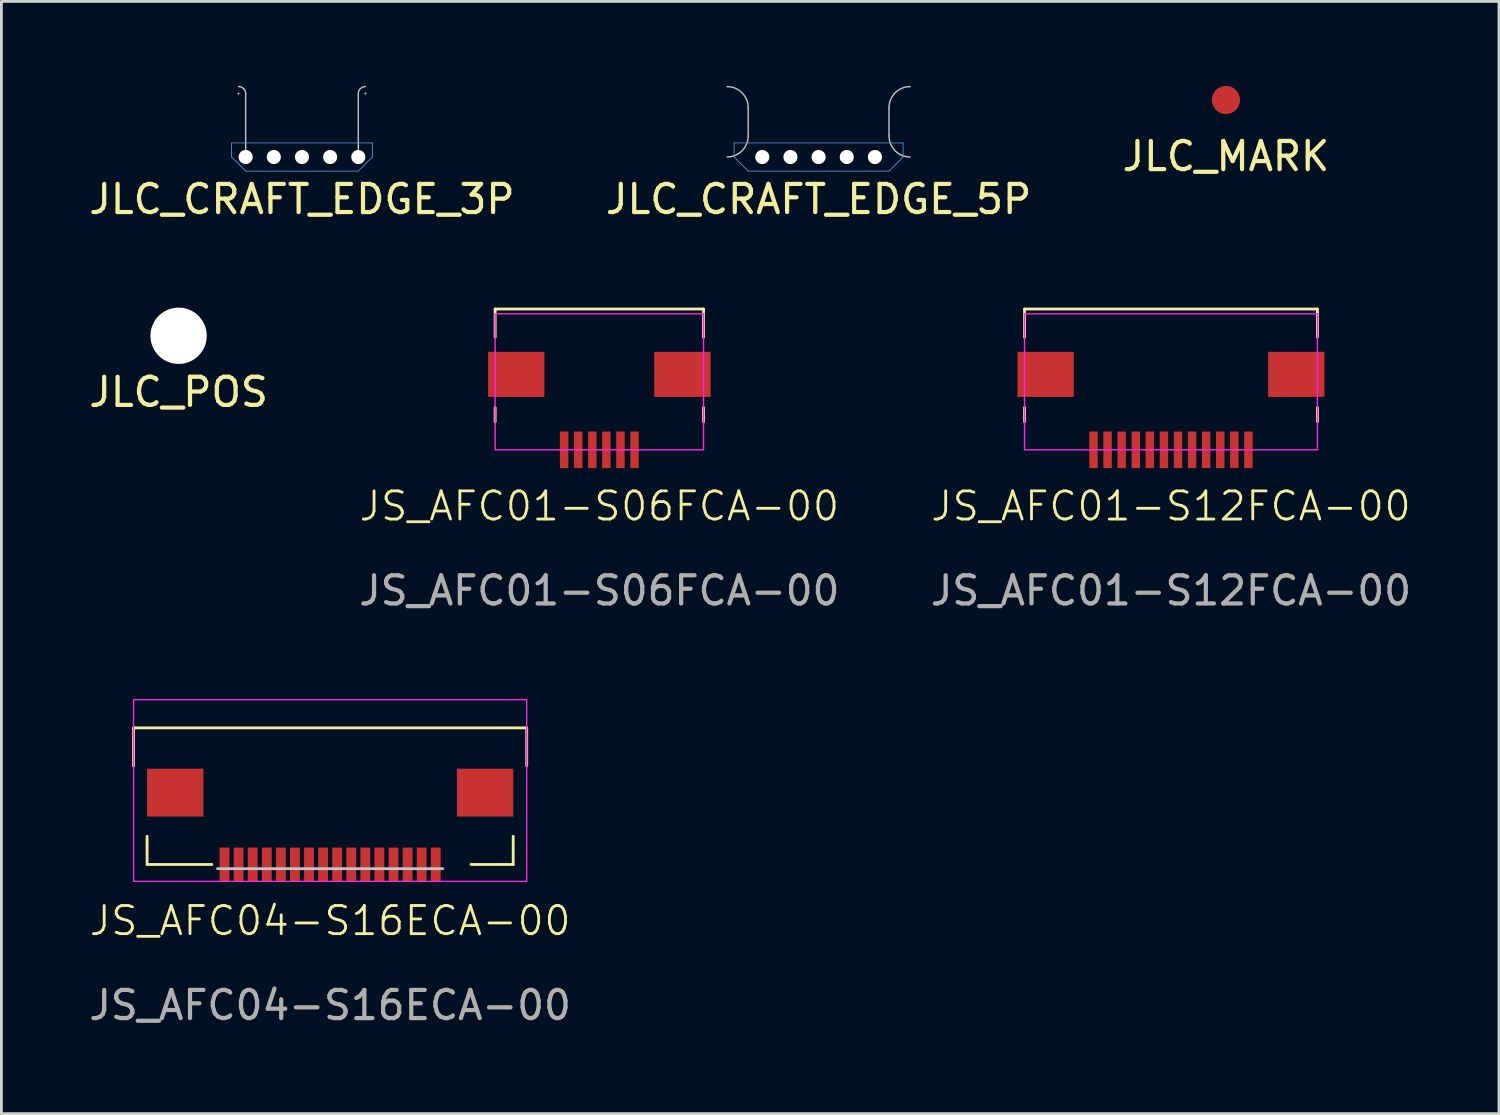
<source format=kicad_pcb>
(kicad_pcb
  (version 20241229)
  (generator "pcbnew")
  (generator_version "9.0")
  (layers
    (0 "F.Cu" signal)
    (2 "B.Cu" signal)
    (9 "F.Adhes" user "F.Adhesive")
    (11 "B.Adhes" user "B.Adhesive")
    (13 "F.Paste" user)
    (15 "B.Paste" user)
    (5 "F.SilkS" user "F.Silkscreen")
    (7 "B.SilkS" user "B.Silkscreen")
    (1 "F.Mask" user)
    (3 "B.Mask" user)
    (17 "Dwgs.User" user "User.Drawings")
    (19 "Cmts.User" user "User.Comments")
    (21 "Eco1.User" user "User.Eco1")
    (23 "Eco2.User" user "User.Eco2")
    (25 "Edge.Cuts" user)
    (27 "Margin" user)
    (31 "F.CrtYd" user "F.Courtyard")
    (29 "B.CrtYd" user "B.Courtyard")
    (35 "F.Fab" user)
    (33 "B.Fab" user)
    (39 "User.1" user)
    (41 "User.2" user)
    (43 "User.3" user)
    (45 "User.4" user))
  (footprint "JS_AFC01-S06FCA-00"
    (layer "F.Cu")
    (at 18.232 12.923)
    (property "Reference" "JS_AFC01-S06FCA-00" (at 0 2 0) (unlocked yes) (layer "F.SilkS") (effects (font (size 1 1) (thickness 0.1))))
    (attr smd)
    (fp_line (start -3.7 -5) (end 3.7 -5) (stroke (width 0.1) (type default)) (layer "F.SilkS"))
    (fp_line (start -3.7 -4) (end -3.7 -5) (stroke (width 0.1) (type default)) (layer "F.SilkS"))
    (fp_line (start -3.7 -1.5) (end -3.7 -1) (stroke (width 0.1) (type default)) (layer "F.SilkS"))
    (fp_line (start 3.7 -5) (end 3.7 -4) (stroke (width 0.1) (type default)) (layer "F.SilkS"))
    (fp_line (start 3.7 -1.5) (end 3.7 -1) (stroke (width 0.1) (type default)) (layer "F.SilkS"))
    (fp_rect (start -3.7 -4.83) (end 3.7 0) (stroke (width 0.05) (type default)) (fill no) (layer "F.CrtYd"))
    (fp_text user "${REFERENCE}" (at 0 5 0) (unlocked yes) (layer "F.Fab") (effects (font (size 1 1) (thickness 0.15))))
    (pad "" smd rect (at -2.95 -2.68 180) (size 2 1.6) (layers "F.Cu" "F.Mask" "F.Paste"))
    (pad "" smd rect (at 2.95 -2.68 180) (size 2 1.6) (layers "F.Cu" "F.Mask" "F.Paste"))
    (pad "1" smd rect (at 1.25 0 180) (size 0.3 1.3) (layers "F.Cu" "F.Mask" "F.Paste"))
    (pad "2" smd rect (at 0.75 0 180) (size 0.3 1.3) (layers "F.Cu" "F.Mask" "F.Paste"))
    (pad "3" smd rect (at 0.25 0 180) (size 0.3 1.3) (layers "F.Cu" "F.Mask" "F.Paste"))
    (pad "4" smd rect (at -0.25 0 180) (size 0.3 1.3) (layers "F.Cu" "F.Mask" "F.Paste"))
    (pad "5" smd rect (at -0.75 0 180) (size 0.3 1.3) (layers "F.Cu" "F.Mask" "F.Paste"))
    (pad "6" smd rect (at -1.25 0 180) (size 0.3 1.3) (layers "F.Cu" "F.Mask" "F.Paste")))
  (footprint "JLC_CRAFT_EDGE_5P"
    (layer "F.Cu")
    (at 26.018 2.525)
    (property "Reference" "JLC_CRAFT_EDGE_5P" (at 0 1.5 0) (layer "F.SilkS") (effects (font (size 1 1) (thickness 0.15))))
    (attr through_hole)
    (fp_line (start -2.5 -0.75) (end -2.5 -1.75) (stroke (width 0.05) (type solid)) (layer "Dwgs.User"))
    (fp_line (start 2.5 -0.75) (end 2.5 -1.75) (stroke (width 0.05) (type solid)) (layer "Dwgs.User"))
    (fp_arc (start -3.25 -2.5) (mid -2.71967 -2.28033) (end -2.5 -1.75) (stroke (width 0.05) (type solid)) (layer "Dwgs.User"))
    (fp_arc (start -2.5 -0.75) (mid -2.71967 -0.21967) (end -3.25 0) (stroke (width 0.05) (type solid)) (layer "Dwgs.User"))
    (fp_arc (start 2.5 -1.75) (mid 2.71967 -2.28033) (end 3.25 -2.5) (stroke (width 0.05) (type solid)) (layer "Dwgs.User"))
    (fp_arc (start 3.25 0) (mid 2.71967 -0.21967) (end 2.5 -0.75) (stroke (width 0.05) (type solid)) (layer "Dwgs.User"))
    (fp_line (start -3 -0.5) (end -3 0) (stroke (width 0.03) (type solid)) (layer "Cmts.User"))
    (fp_line (start -3 0) (end -2.5 0.5) (stroke (width 0.03) (type solid)) (layer "Cmts.User"))
    (fp_line (start -2.5 0.5) (end 2.5 0.5) (stroke (width 0.03) (type solid)) (layer "Cmts.User"))
    (fp_line (start 2.5 0.5) (end 3 0) (stroke (width 0.03) (type solid)) (layer "Cmts.User"))
    (fp_line (start 3 -0.5) (end -3 -0.5) (stroke (width 0.03) (type solid)) (layer "Cmts.User"))
    (fp_line (start 3 0) (end 3 -0.5) (stroke (width 0.03) (type solid)) (layer "Cmts.User"))
    (pad "" np_thru_hole circle (at -2 0) (size 0.5 0.5) (drill 0.5) (layers "*.Cu" "*.Mask"))
    (pad "" np_thru_hole circle (at -1 0) (size 0.5 0.5) (drill 0.5) (layers "*.Cu" "*.Mask"))
    (pad "" np_thru_hole circle (at 0 0) (size 0.5 0.5) (drill 0.5) (layers "*.Cu" "*.Mask"))
    (pad "" np_thru_hole circle (at 1 0) (size 0.5 0.5) (drill 0.5) (layers "*.Cu" "*.Mask"))
    (pad "" np_thru_hole circle (at 2 0) (size 0.5 0.5) (drill 0.5) (layers "*.Cu" "*.Mask")))
  (footprint "JLC_POS"
    (layer "F.Cu")
    (at 3.292 8.873)
    (property "Reference" "JLC_POS" (at 0 2 0) (layer "F.SilkS") (effects (font (size 1 1) (thickness 0.15))))
    (attr exclude_from_pos_files exclude_from_bom)
    (pad "" np_thru_hole circle (at 0 0) (size 2 2) (drill 2) (layers "*.Cu" "*.Mask")))
  (footprint "JS_AFC01-S12FCA-00"
    (layer "F.Cu")
    (at 38.53 12.923)
    (property "Reference" "JS_AFC01-S12FCA-00" (at 0 2 0) (unlocked yes) (layer "F.SilkS") (effects (font (size 1 1) (thickness 0.1))))
    (attr smd)
    (fp_line (start -5.2 -5) (end 5.2 -5) (stroke (width 0.1) (type default)) (layer "F.SilkS"))
    (fp_line (start -5.2 -4) (end -5.2 -5) (stroke (width 0.1) (type default)) (layer "F.SilkS"))
    (fp_line (start -5.2 -1.5) (end -5.2 -1) (stroke (width 0.1) (type default)) (layer "F.SilkS"))
    (fp_line (start 5.2 -5) (end 5.2 -4) (stroke (width 0.1) (type default)) (layer "F.SilkS"))
    (fp_line (start 5.2 -1.5) (end 5.2 -1) (stroke (width 0.1) (type default)) (layer "F.SilkS"))
    (fp_rect (start -5.2 -4.83) (end 5.2 0) (stroke (width 0.05) (type default)) (fill no) (layer "F.CrtYd"))
    (fp_text user "${REFERENCE}" (at 0 5 0) (unlocked yes) (layer "F.Fab") (effects (font (size 1 1) (thickness 0.15))))
    (pad "1" smd rect (at 2.75 0 180) (size 0.3 1.3) (layers "F.Cu" "F.Mask" "F.Paste"))
    (pad "2" smd rect (at 2.25 0 180) (size 0.3 1.3) (layers "F.Cu" "F.Mask" "F.Paste"))
    (pad "3" smd rect (at 1.75 0 180) (size 0.3 1.3) (layers "F.Cu" "F.Mask" "F.Paste"))
    (pad "4" smd rect (at 1.25 0 180) (size 0.3 1.3) (layers "F.Cu" "F.Mask" "F.Paste"))
    (pad "5" smd rect (at 0.75 0 180) (size 0.3 1.3) (layers "F.Cu" "F.Mask" "F.Paste"))
    (pad "6" smd rect (at 0.25 0 180) (size 0.3 1.3) (layers "F.Cu" "F.Mask" "F.Paste"))
    (pad "7" smd rect (at -0.25 0 180) (size 0.3 1.3) (layers "F.Cu" "F.Mask" "F.Paste"))
    (pad "8" smd rect (at -0.75 0 180) (size 0.3 1.3) (layers "F.Cu" "F.Mask" "F.Paste"))
    (pad "9" smd rect (at -1.25 0 180) (size 0.3 1.3) (layers "F.Cu" "F.Mask" "F.Paste"))
    (pad "10" smd rect (at -1.75 0 180) (size 0.3 1.3) (layers "F.Cu" "F.Mask" "F.Paste"))
    (pad "11" smd rect (at -2.25 0 180) (size 0.3 1.3) (layers "F.Cu" "F.Mask" "F.Paste"))
    (pad "12" smd rect (at -2.75 0 180) (size 0.3 1.3) (layers "F.Cu" "F.Mask" "F.Paste"))
    (pad "MP" smd rect (at -4.45 -2.68 180) (size 2 1.6) (layers "F.Cu" "F.Mask" "F.Paste"))
    (pad "MP" smd rect (at 4.45 -2.68 180) (size 2 1.6) (layers "F.Cu" "F.Mask" "F.Paste")))
  (footprint "JLC_CRAFT_EDGE_3P"
    (layer "F.Cu")
    (at 7.673 2.525)
    (property "Reference" "JLC_CRAFT_EDGE_3P" (at 0 1.5 0) (layer "F.SilkS") (effects (font (size 1 1) (thickness 0.15))))
    (attr through_hole)
    (fp_line (start -2.3 -2.25) (end -2.2 -2.25) (stroke (width 0.02) (type solid)) (layer "Dwgs.User"))
    (fp_line (start -2.25 -2.3) (end -2.25 -2.2) (stroke (width 0.02) (type solid)) (layer "Dwgs.User"))
    (fp_line (start -2 0) (end -2 -2.25) (stroke (width 0.05) (type solid)) (layer "Dwgs.User"))
    (fp_line (start 2 0) (end 2 -2.25) (stroke (width 0.05) (type solid)) (layer "Dwgs.User"))
    (fp_line (start 2.2 -2.25) (end 2.3 -2.25) (stroke (width 0.02) (type solid)) (layer "Dwgs.User"))
    (fp_line (start 2.25 -2.3) (end 2.25 -2.2) (stroke (width 0.02) (type solid)) (layer "Dwgs.User"))
    (fp_arc (start -2.25 -2.5) (mid -2.073223 -2.426777) (end -2 -2.25) (stroke (width 0.05) (type solid)) (layer "Dwgs.User"))
    (fp_arc (start 2 -2.25) (mid 2.073223 -2.426777) (end 2.25 -2.5) (stroke (width 0.05) (type solid)) (layer "Dwgs.User"))
    (fp_line (start -2.5 -0.5) (end -2.5 0) (stroke (width 0.03) (type solid)) (layer "Cmts.User"))
    (fp_line (start -2.5 0) (end -2 0.5) (stroke (width 0.03) (type solid)) (layer "Cmts.User"))
    (fp_line (start -2 0.5) (end 2 0.5) (stroke (width 0.03) (type solid)) (layer "Cmts.User"))
    (fp_line (start 2 0.5) (end 2.5 0) (stroke (width 0.03) (type solid)) (layer "Cmts.User"))
    (fp_line (start 2.5 -0.5) (end -2.5 -0.5) (stroke (width 0.03) (type solid)) (layer "Cmts.User"))
    (fp_line (start 2.5 0) (end 2.5 -0.5) (stroke (width 0.03) (type solid)) (layer "Cmts.User"))
    (pad "" np_thru_hole circle (at -2 0) (size 0.5 0.5) (drill 0.5) (layers "*.Cu" "*.Mask"))
    (pad "" np_thru_hole circle (at -1 0) (size 0.5 0.5) (drill 0.5) (layers "*.Cu" "*.Mask"))
    (pad "" np_thru_hole circle (at 0 0) (size 0.5 0.5) (drill 0.5) (layers "*.Cu" "*.Mask"))
    (pad "" np_thru_hole circle (at 1 0) (size 0.5 0.5) (drill 0.5) (layers "*.Cu" "*.Mask"))
    (pad "" np_thru_hole circle (at 2 0) (size 0.5 0.5) (drill 0.5) (layers "*.Cu" "*.Mask")))
  (footprint "JS_AFC04-S16ECA-00"
    (layer "F.Cu")
    (at 8.673 27.646)
    (property "Reference" "JS_AFC04-S16ECA-00" (at 0 2 0) (unlocked yes) (layer "F.SilkS") (effects (font (size 1 1) (thickness 0.1))))
    (attr smd)
    (fp_line (start -6.98 -4.85) (end -6.98 -3.5) (stroke (width 0.1) (type default)) (layer "F.SilkS"))
    (fp_line (start -6.98 -4.85) (end 6.98 -4.85) (stroke (width 0.1) (type default)) (layer "F.SilkS"))
    (fp_line (start -6.5 -1) (end -6.5 0) (stroke (width 0.1) (type default)) (layer "F.SilkS"))
    (fp_line (start -6.5 0) (end -4.2 0) (stroke (width 0.1) (type default)) (layer "F.SilkS"))
    (fp_line (start 6.5 -1) (end 6.5 0) (stroke (width 0.1) (type default)) (layer "F.SilkS"))
    (fp_line (start 6.5 0) (end 5 0) (stroke (width 0.1) (type default)) (layer "F.SilkS"))
    (fp_line (start 6.98 -4.85) (end 6.98 -3.5) (stroke (width 0.1) (type default)) (layer "F.SilkS"))
    (fp_line (start -4 0.15) (end 4 0.15) (stroke (width 0.1) (type default)) (layer "Dwgs.User"))
    (fp_rect (start -6.98 -5.85) (end 6.98 0.6) (stroke (width 0.05) (type default)) (fill no) (layer "F.CrtYd"))
    (fp_text user "${REFERENCE}" (at 0 5 0) (unlocked yes) (layer "F.Fab") (effects (font (size 1 1) (thickness 0.15))))
    (pad "1" smd rect (at 3.75 0) (size 0.35 1.2) (layers "F.Cu" "F.Mask" "F.Paste"))
    (pad "2" smd rect (at 3.25 0) (size 0.35 1.2) (layers "F.Cu" "F.Mask" "F.Paste"))
    (pad "3" smd rect (at 2.75 0) (size 0.35 1.2) (layers "F.Cu" "F.Mask" "F.Paste"))
    (pad "4" smd rect (at 2.25 0) (size 0.35 1.2) (layers "F.Cu" "F.Mask" "F.Paste"))
    (pad "5" smd rect (at 1.75 0) (size 0.35 1.2) (layers "F.Cu" "F.Mask" "F.Paste"))
    (pad "6" smd rect (at 1.25 0) (size 0.35 1.2) (layers "F.Cu" "F.Mask" "F.Paste"))
    (pad "7" smd rect (at 0.75 0) (size 0.35 1.2) (layers "F.Cu" "F.Mask" "F.Paste"))
    (pad "8" smd rect (at 0.25 0) (size 0.35 1.2) (layers "F.Cu" "F.Mask" "F.Paste"))
    (pad "9" smd rect (at -0.25 0) (size 0.35 1.2) (layers "F.Cu" "F.Mask" "F.Paste"))
    (pad "10" smd rect (at -0.75 0) (size 0.35 1.2) (layers "F.Cu" "F.Mask" "F.Paste"))
    (pad "11" smd rect (at -1.25 0) (size 0.35 1.2) (layers "F.Cu" "F.Mask" "F.Paste"))
    (pad "12" smd rect (at -1.75 0) (size 0.35 1.2) (layers "F.Cu" "F.Mask" "F.Paste"))
    (pad "13" smd rect (at -2.25 0) (size 0.35 1.2) (layers "F.Cu" "F.Mask" "F.Paste"))
    (pad "14" smd rect (at -2.75 0) (size 0.35 1.2) (layers "F.Cu" "F.Mask" "F.Paste"))
    (pad "15" smd rect (at -3.25 0) (size 0.35 1.2) (layers "F.Cu" "F.Mask" "F.Paste"))
    (pad "16" smd rect (at -3.75 0) (size 0.35 1.2) (layers "F.Cu" "F.Mask" "F.Paste"))
    (pad "MP" smd rect (at -5.5 -2.55) (size 2 1.7) (layers "F.Cu" "F.Mask" "F.Paste"))
    (pad "MP" smd rect (at 5.5 -2.55) (size 2 1.7) (layers "F.Cu" "F.Mask" "F.Paste")))
  (footprint "JLC_MARK"
    (layer "F.Cu")
    (at 40.482 0.5)
    (property "Reference" "JLC_MARK" (at 0 2 0) (layer "F.SilkS") (effects (font (size 1 1) (thickness 0.15))))
    (attr exclude_from_pos_files exclude_from_bom)
    (pad "1" smd circle (at 0 0) (size 1 1) (layers "*.Paste" "*.Mask" "F.Cu")))
  (gr_rect
    (start -3 -3)
    (end 50.179 36.495)
    (stroke (width 0.1) (type default))
    (fill no)
    (layer "Edge.Cuts")))
</source>
